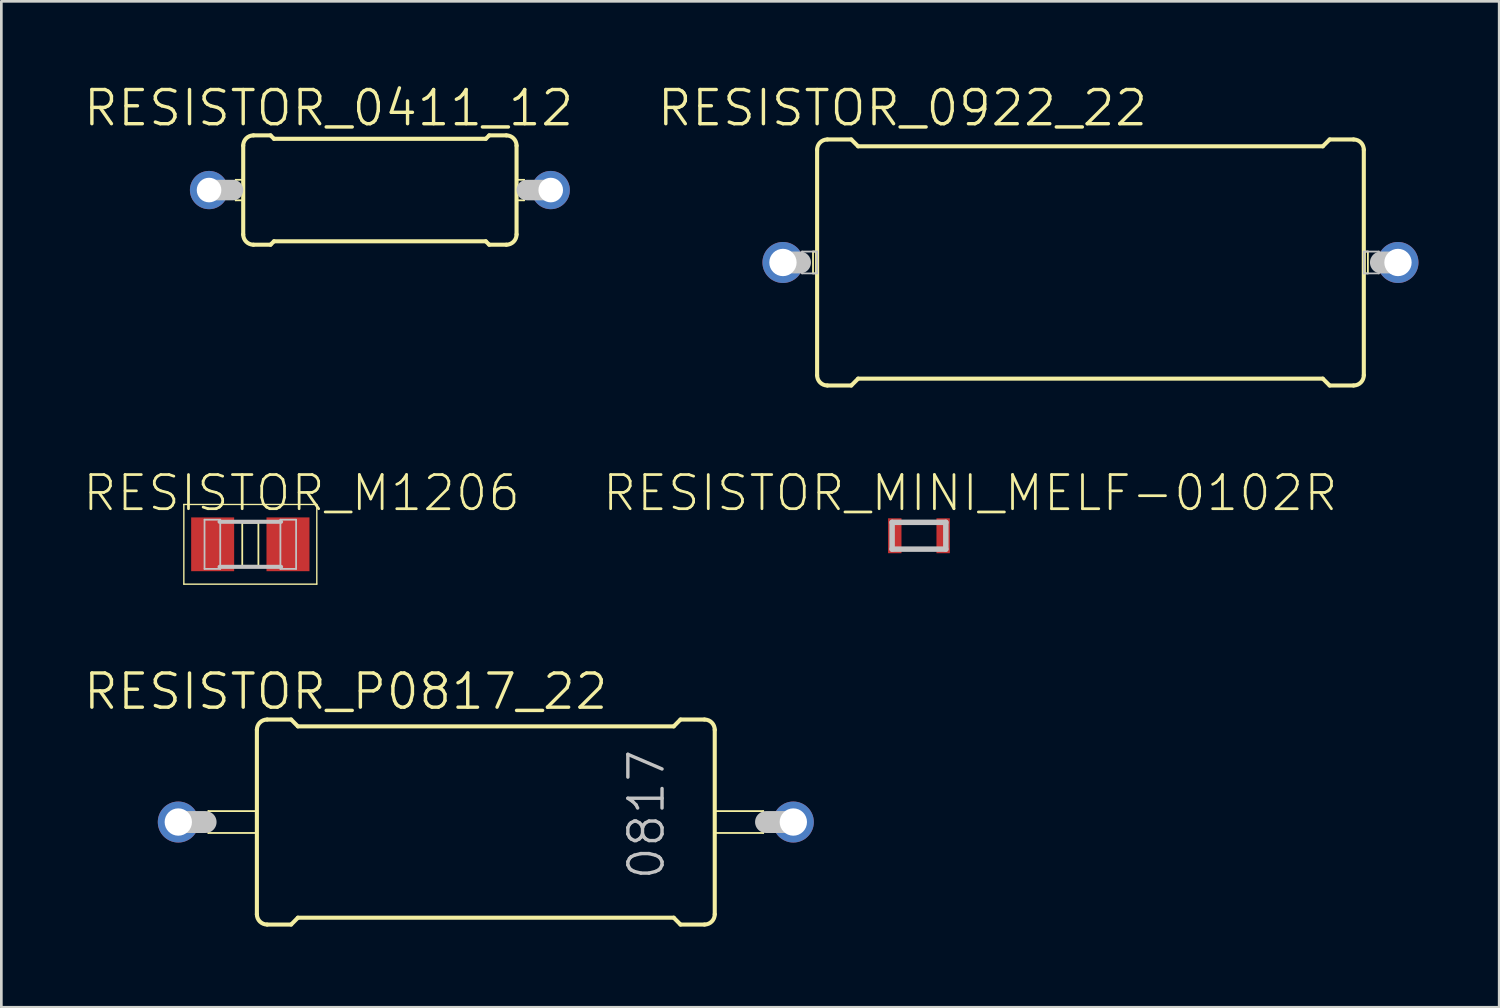
<source format=kicad_pcb>
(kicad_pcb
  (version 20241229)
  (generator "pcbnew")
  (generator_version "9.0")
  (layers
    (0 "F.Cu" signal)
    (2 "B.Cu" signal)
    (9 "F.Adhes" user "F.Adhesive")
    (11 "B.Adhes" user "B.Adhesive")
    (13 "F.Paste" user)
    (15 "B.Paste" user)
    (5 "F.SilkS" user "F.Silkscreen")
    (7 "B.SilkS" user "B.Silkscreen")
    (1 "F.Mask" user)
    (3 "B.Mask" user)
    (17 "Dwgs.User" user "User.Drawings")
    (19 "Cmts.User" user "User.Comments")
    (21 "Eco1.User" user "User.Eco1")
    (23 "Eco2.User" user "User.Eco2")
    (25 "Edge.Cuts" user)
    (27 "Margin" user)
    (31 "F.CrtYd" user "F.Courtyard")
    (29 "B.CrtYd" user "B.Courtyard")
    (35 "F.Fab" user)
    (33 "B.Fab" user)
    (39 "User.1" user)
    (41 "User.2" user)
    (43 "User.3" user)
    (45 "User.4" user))
  (footprint "RESISTOR_P0817_22"
    (layer "F.Cu")
    (at 15.007 27.504)
    (property "Reference" "RESISTOR_P0817_22" (at -5.207 -4.851 0) (layer "F.SilkS") (effects (font (size 1.27 1.27) (thickness 0.127))))
    (attr exclude_from_pos_files exclude_from_bom)
    (fp_line (start -10.312 -0.406) (end -8.509 -0.406) (stroke (width 0.066) (type solid)) (layer "F.SilkS"))
    (fp_line (start -10.312 0.406) (end -10.312 -0.406) (stroke (width 0.066) (type solid)) (layer "F.SilkS"))
    (fp_line (start -10.312 0.406) (end -8.509 0.406) (stroke (width 0.066) (type solid)) (layer "F.SilkS"))
    (fp_line (start -8.509 0.406) (end -8.509 -0.406) (stroke (width 0.066) (type solid)) (layer "F.SilkS"))
    (fp_line (start -8.509 3.429) (end -8.509 -3.429) (stroke (width 0.152) (type solid)) (layer "F.SilkS"))
    (fp_line (start -8.128 -3.81) (end -7.236 -3.81) (stroke (width 0.152) (type solid)) (layer "F.SilkS"))
    (fp_line (start -8.128 3.81) (end -7.236 3.81) (stroke (width 0.152) (type solid)) (layer "F.SilkS"))
    (fp_line (start -6.985 -3.556) (end -7.236 -3.81) (stroke (width 0.152) (type solid)) (layer "F.SilkS"))
    (fp_line (start -6.985 3.556) (end -7.236 3.81) (stroke (width 0.152) (type solid)) (layer "F.SilkS"))
    (fp_line (start 6.985 -3.556) (end -6.985 -3.556) (stroke (width 0.152) (type solid)) (layer "F.SilkS"))
    (fp_line (start 6.985 -3.556) (end 7.236 -3.81) (stroke (width 0.152) (type solid)) (layer "F.SilkS"))
    (fp_line (start 6.985 3.556) (end -6.985 3.556) (stroke (width 0.152) (type solid)) (layer "F.SilkS"))
    (fp_line (start 6.985 3.556) (end 7.236 3.81) (stroke (width 0.152) (type solid)) (layer "F.SilkS"))
    (fp_line (start 8.128 -3.81) (end 7.236 -3.81) (stroke (width 0.152) (type solid)) (layer "F.SilkS"))
    (fp_line (start 8.128 3.81) (end 7.236 3.81) (stroke (width 0.152) (type solid)) (layer "F.SilkS"))
    (fp_line (start 8.509 -0.406) (end 10.312 -0.406) (stroke (width 0.066) (type solid)) (layer "F.SilkS"))
    (fp_line (start 8.509 0.406) (end 8.509 -0.406) (stroke (width 0.066) (type solid)) (layer "F.SilkS"))
    (fp_line (start 8.509 0.406) (end 10.312 0.406) (stroke (width 0.066) (type solid)) (layer "F.SilkS"))
    (fp_line (start 8.509 3.429) (end 8.509 -3.429) (stroke (width 0.152) (type solid)) (layer "F.SilkS"))
    (fp_line (start 10.312 0.406) (end 10.312 -0.406) (stroke (width 0.066) (type solid)) (layer "F.SilkS"))
    (fp_arc (start -8.509 -3.429) (mid -8.397408 -3.698408) (end -8.128 -3.81) (stroke (width 0.1524) (type solid)) (layer "F.SilkS"))
    (fp_arc (start -8.128 3.81) (mid -8.397408 3.698408) (end -8.509 3.429) (stroke (width 0.1524) (type solid)) (layer "F.SilkS"))
    (fp_arc (start 8.128 -3.81) (mid 8.397408 -3.698408) (end 8.509 -3.429) (stroke (width 0.1524) (type solid)) (layer "F.SilkS"))
    (fp_arc (start 8.509 3.429) (mid 8.397408 3.698408) (end 8.128 3.81) (stroke (width 0.1524) (type solid)) (layer "F.SilkS"))
    (fp_line (start -10.414 0) (end -11.43 0) (stroke (width 0.813) (type solid)) (layer "Dwgs.User"))
    (fp_line (start 11.43 0) (end 10.414 0) (stroke (width 0.813) (type solid)) (layer "Dwgs.User"))
    (fp_text user "0817" (at 5.969 -0.279 90) (layer "Dwgs.User") (effects (font (size 1.27 1.27) (thickness 0.127))))
    (pad "1" thru_hole circle (at -11.43 0) (size 1.524 1.524) (drill 1.016) (layers "*.Cu" "*.Paste" "*.Mask"))
    (pad "2" thru_hole circle (at 11.43 0) (size 1.524 1.524) (drill 1.016) (layers "*.Cu" "*.Paste" "*.Mask")))
  (footprint "RESISTOR_M1206"
    (layer "F.Cu")
    (at 6.254 17.181)
    (property "Reference" "RESISTOR_M1206" (at 1.905 -1.905 0) (layer "F.SilkS") (effects (font (size 1.27 1.27) (thickness 0.102))))
    (attr smd)
    (fp_line (start -2.471 -1.481) (end 2.471 -1.481) (stroke (width 0.051) (type solid)) (layer "F.SilkS"))
    (fp_line (start -2.471 1.481) (end -2.471 -1.481) (stroke (width 0.051) (type solid)) (layer "F.SilkS"))
    (fp_line (start -0.3 -0.8) (end 0.3 -0.8) (stroke (width 0.066) (type solid)) (layer "F.SilkS"))
    (fp_line (start -0.3 0.8) (end -0.3 -0.8) (stroke (width 0.066) (type solid)) (layer "F.SilkS"))
    (fp_line (start -0.3 0.8) (end 0.3 0.8) (stroke (width 0.066) (type solid)) (layer "F.SilkS"))
    (fp_line (start 0.3 0.8) (end 0.3 -0.8) (stroke (width 0.066) (type solid)) (layer "F.SilkS"))
    (fp_line (start 2.471 -1.481) (end 2.471 1.481) (stroke (width 0.051) (type solid)) (layer "F.SilkS"))
    (fp_line (start 2.471 1.481) (end -2.471 1.481) (stroke (width 0.051) (type solid)) (layer "F.SilkS"))
    (fp_line (start -1.702 -0.914) (end -1.118 -0.914) (stroke (width 0.066) (type solid)) (layer "Dwgs.User"))
    (fp_line (start -1.702 0.914) (end -1.702 -0.914) (stroke (width 0.066) (type solid)) (layer "Dwgs.User"))
    (fp_line (start -1.702 0.914) (end -1.118 0.914) (stroke (width 0.066) (type solid)) (layer "Dwgs.User"))
    (fp_line (start -1.118 0.914) (end -1.118 -0.914) (stroke (width 0.066) (type solid)) (layer "Dwgs.User"))
    (fp_line (start 1.118 -0.914) (end 1.702 -0.914) (stroke (width 0.066) (type solid)) (layer "Dwgs.User"))
    (fp_line (start 1.118 0.914) (end 1.118 -0.914) (stroke (width 0.066) (type solid)) (layer "Dwgs.User"))
    (fp_line (start 1.118 0.914) (end 1.702 0.914) (stroke (width 0.066) (type solid)) (layer "Dwgs.User"))
    (fp_line (start 1.143 -0.838) (end -1.143 -0.838) (stroke (width 0.152) (type solid)) (layer "Dwgs.User"))
    (fp_line (start 1.143 0.838) (end -1.143 0.838) (stroke (width 0.152) (type solid)) (layer "Dwgs.User"))
    (fp_line (start 1.702 0.914) (end 1.702 -0.914) (stroke (width 0.066) (type solid)) (layer "Dwgs.User"))
    (pad "1" smd rect (at -1.4 0) (size 1.598 1.999) (layers "F.Cu" "F.Mask" "F.Paste"))
    (pad "2" smd rect (at 1.4 0) (size 1.598 1.999) (layers "F.Cu" "F.Mask" "F.Paste")))
  (footprint "RESISTOR_0411_12"
    (layer "F.Cu")
    (at 11.07 4.014)
    (property "Reference" "RESISTOR_0411_12" (at -1.905 -3.048 0) (layer "F.SilkS") (effects (font (size 1.27 1.27) (thickness 0.127))))
    (attr exclude_from_pos_files exclude_from_bom)
    (fp_line (start -5.359 -0.381) (end -5.08 -0.381) (stroke (width 0.066) (type solid)) (layer "F.SilkS"))
    (fp_line (start -5.359 0.381) (end -5.359 -0.381) (stroke (width 0.066) (type solid)) (layer "F.SilkS"))
    (fp_line (start -5.359 0.381) (end -5.08 0.381) (stroke (width 0.066) (type solid)) (layer "F.SilkS"))
    (fp_line (start -5.08 -1.651) (end -5.08 1.651) (stroke (width 0.152) (type solid)) (layer "F.SilkS"))
    (fp_line (start -5.08 0.381) (end -5.08 -0.381) (stroke (width 0.066) (type solid)) (layer "F.SilkS"))
    (fp_line (start -4.699 -2.032) (end -4.064 -2.032) (stroke (width 0.152) (type solid)) (layer "F.SilkS"))
    (fp_line (start -4.699 2.032) (end -4.064 2.032) (stroke (width 0.152) (type solid)) (layer "F.SilkS"))
    (fp_line (start -3.937 -1.905) (end -4.064 -2.032) (stroke (width 0.152) (type solid)) (layer "F.SilkS"))
    (fp_line (start -3.937 -1.905) (end 3.937 -1.905) (stroke (width 0.152) (type solid)) (layer "F.SilkS"))
    (fp_line (start -3.937 1.905) (end -4.064 2.032) (stroke (width 0.152) (type solid)) (layer "F.SilkS"))
    (fp_line (start -3.937 1.905) (end 3.937 1.905) (stroke (width 0.152) (type solid)) (layer "F.SilkS"))
    (fp_line (start 3.937 -1.905) (end 4.064 -2.032) (stroke (width 0.152) (type solid)) (layer "F.SilkS"))
    (fp_line (start 3.937 1.905) (end 4.064 2.032) (stroke (width 0.152) (type solid)) (layer "F.SilkS"))
    (fp_line (start 4.699 -2.032) (end 4.064 -2.032) (stroke (width 0.152) (type solid)) (layer "F.SilkS"))
    (fp_line (start 4.699 2.032) (end 4.064 2.032) (stroke (width 0.152) (type solid)) (layer "F.SilkS"))
    (fp_line (start 5.08 -0.381) (end 5.359 -0.381) (stroke (width 0.066) (type solid)) (layer "F.SilkS"))
    (fp_line (start 5.08 0.381) (end 5.08 -0.381) (stroke (width 0.066) (type solid)) (layer "F.SilkS"))
    (fp_line (start 5.08 0.381) (end 5.359 0.381) (stroke (width 0.066) (type solid)) (layer "F.SilkS"))
    (fp_line (start 5.08 1.651) (end 5.08 -1.651) (stroke (width 0.152) (type solid)) (layer "F.SilkS"))
    (fp_line (start 5.359 0.381) (end 5.359 -0.381) (stroke (width 0.066) (type solid)) (layer "F.SilkS"))
    (fp_arc (start -5.08 -1.651) (mid -4.968408 -1.920408) (end -4.699 -2.032) (stroke (width 0.1524) (type solid)) (layer "F.SilkS"))
    (fp_arc (start -4.699 2.032) (mid -4.968408 1.920408) (end -5.08 1.651) (stroke (width 0.1524) (type solid)) (layer "F.SilkS"))
    (fp_arc (start 4.699 -2.032) (mid 4.968408 -1.920408) (end 5.08 -1.651) (stroke (width 0.1524) (type solid)) (layer "F.SilkS"))
    (fp_arc (start 5.08 1.651) (mid 4.968408 1.920408) (end 4.699 2.032) (stroke (width 0.1524) (type solid)) (layer "F.SilkS"))
    (fp_line (start -6.35 0) (end -5.461 0) (stroke (width 0.762) (type solid)) (layer "Dwgs.User"))
    (fp_line (start 6.35 0) (end 5.461 0) (stroke (width 0.762) (type solid)) (layer "Dwgs.User"))
    (pad "1" thru_hole circle (at -6.35 0) (size 1.422 1.422) (drill 0.914) (layers "*.Cu" "*.Paste" "*.Mask"))
    (pad "2" thru_hole circle (at 6.35 0) (size 1.422 1.422) (drill 0.914) (layers "*.Cu" "*.Paste" "*.Mask")))
  (footprint "RESISTOR_0922_22"
    (layer "F.Cu")
    (at 37.481 6.706)
    (property "Reference" "RESISTOR_0922_22" (at -6.985 -5.74 0) (layer "F.SilkS") (effects (font (size 1.27 1.27) (thickness 0.127))))
    (attr exclude_from_pos_files exclude_from_bom)
    (fp_line (start -10.312 -0.406) (end -10.16 -0.406) (stroke (width 0.066) (type solid)) (layer "F.SilkS"))
    (fp_line (start -10.312 0.406) (end -10.312 -0.406) (stroke (width 0.066) (type solid)) (layer "F.SilkS"))
    (fp_line (start -10.312 0.406) (end -10.16 0.406) (stroke (width 0.066) (type solid)) (layer "F.SilkS"))
    (fp_line (start -10.16 0.406) (end -10.16 -0.406) (stroke (width 0.066) (type solid)) (layer "F.SilkS"))
    (fp_line (start -10.16 4.191) (end -10.16 -4.191) (stroke (width 0.152) (type solid)) (layer "F.SilkS"))
    (fp_line (start -9.779 -4.572) (end -8.89 -4.572) (stroke (width 0.152) (type solid)) (layer "F.SilkS"))
    (fp_line (start -9.779 4.572) (end -8.89 4.572) (stroke (width 0.152) (type solid)) (layer "F.SilkS"))
    (fp_line (start -8.636 -4.318) (end -8.89 -4.572) (stroke (width 0.152) (type solid)) (layer "F.SilkS"))
    (fp_line (start -8.636 4.318) (end -8.89 4.572) (stroke (width 0.152) (type solid)) (layer "F.SilkS"))
    (fp_line (start 8.636 -4.318) (end -8.636 -4.318) (stroke (width 0.152) (type solid)) (layer "F.SilkS"))
    (fp_line (start 8.636 -4.318) (end 8.89 -4.572) (stroke (width 0.152) (type solid)) (layer "F.SilkS"))
    (fp_line (start 8.636 4.318) (end -8.636 4.318) (stroke (width 0.152) (type solid)) (layer "F.SilkS"))
    (fp_line (start 8.636 4.318) (end 8.89 4.572) (stroke (width 0.152) (type solid)) (layer "F.SilkS"))
    (fp_line (start 9.779 -4.572) (end 8.89 -4.572) (stroke (width 0.152) (type solid)) (layer "F.SilkS"))
    (fp_line (start 9.779 4.572) (end 8.89 4.572) (stroke (width 0.152) (type solid)) (layer "F.SilkS"))
    (fp_line (start 10.16 -0.406) (end 10.312 -0.406) (stroke (width 0.066) (type solid)) (layer "F.SilkS"))
    (fp_line (start 10.16 0.406) (end 10.16 -0.406) (stroke (width 0.066) (type solid)) (layer "F.SilkS"))
    (fp_line (start 10.16 0.406) (end 10.312 0.406) (stroke (width 0.066) (type solid)) (layer "F.SilkS"))
    (fp_line (start 10.16 4.191) (end 10.16 -4.191) (stroke (width 0.152) (type solid)) (layer "F.SilkS"))
    (fp_line (start 10.312 0.406) (end 10.312 -0.406) (stroke (width 0.066) (type solid)) (layer "F.SilkS"))
    (fp_arc (start -10.16 -4.191) (mid -10.048408 -4.460408) (end -9.779 -4.572) (stroke (width 0.1524) (type solid)) (layer "F.SilkS"))
    (fp_arc (start -9.779 4.572) (mid -10.048408 4.460408) (end -10.16 4.191) (stroke (width 0.1524) (type solid)) (layer "F.SilkS"))
    (fp_arc (start 9.779 -4.572) (mid 10.048408 -4.460408) (end 10.16 -4.191) (stroke (width 0.1524) (type solid)) (layer "F.SilkS"))
    (fp_arc (start 10.16 4.191) (mid 10.048408 4.460408) (end 9.779 4.572) (stroke (width 0.1524) (type solid)) (layer "F.SilkS"))
    (fp_line (start -11.43 0) (end -10.795 0) (stroke (width 0.813) (type solid)) (layer "Dwgs.User"))
    (fp_line (start -10.719 -0.406) (end -10.16 -0.406) (stroke (width 0.066) (type solid)) (layer "Dwgs.User"))
    (fp_line (start -10.719 0.406) (end -10.719 -0.406) (stroke (width 0.066) (type solid)) (layer "Dwgs.User"))
    (fp_line (start -10.719 0.406) (end -10.16 0.406) (stroke (width 0.066) (type solid)) (layer "Dwgs.User"))
    (fp_line (start -10.16 0.406) (end -10.16 -0.406) (stroke (width 0.066) (type solid)) (layer "Dwgs.User"))
    (fp_line (start 10.16 -0.406) (end 10.719 -0.406) (stroke (width 0.066) (type solid)) (layer "Dwgs.User"))
    (fp_line (start 10.16 0.406) (end 10.16 -0.406) (stroke (width 0.066) (type solid)) (layer "Dwgs.User"))
    (fp_line (start 10.16 0.406) (end 10.719 0.406) (stroke (width 0.066) (type solid)) (layer "Dwgs.User"))
    (fp_line (start 10.719 0.406) (end 10.719 -0.406) (stroke (width 0.066) (type solid)) (layer "Dwgs.User"))
    (fp_line (start 11.43 0) (end 10.795 0) (stroke (width 0.813) (type solid)) (layer "Dwgs.User"))
    (pad "1" thru_hole circle (at -11.43 0) (size 1.524 1.524) (drill 1.016) (layers "*.Cu" "*.Paste" "*.Mask"))
    (pad "2" thru_hole circle (at 11.43 0) (size 1.524 1.524) (drill 1.016) (layers "*.Cu" "*.Paste" "*.Mask")))
  (footprint "RESISTOR_MINI_MELF-0102R"
    (layer "F.Cu")
    (at 31.107 16.863)
    (property "Reference" "RESISTOR_MINI_MELF-0102R" (at 1.905 -1.587 0) (layer "F.SilkS") (effects (font (size 1.27 1.27) (thickness 0.102))))
    (attr smd)
    (fp_line (start -0.998 -0.498) (end -0.998 0.498) (stroke (width 0.203) (type solid)) (layer "Dwgs.User"))
    (fp_line (start -0.998 0.498) (end 0.998 0.498) (stroke (width 0.203) (type solid)) (layer "Dwgs.User"))
    (fp_line (start 0.998 -0.498) (end -0.998 -0.498) (stroke (width 0.203) (type solid)) (layer "Dwgs.User"))
    (fp_line (start 0.998 0.498) (end 0.998 -0.498) (stroke (width 0.203) (type solid)) (layer "Dwgs.User"))
    (pad "1" smd rect (at -0.899 0) (size 0.498 1.298) (layers "F.Cu" "F.Mask" "F.Paste"))
    (pad "2" smd rect (at 0.899 0) (size 0.498 1.298) (layers "F.Cu" "F.Mask" "F.Paste")))
  (gr_rect
    (start -3 -3)
    (end 52.673 34.39)
    (stroke (width 0.1) (type default))
    (fill no)
    (layer "Edge.Cuts")))
</source>
